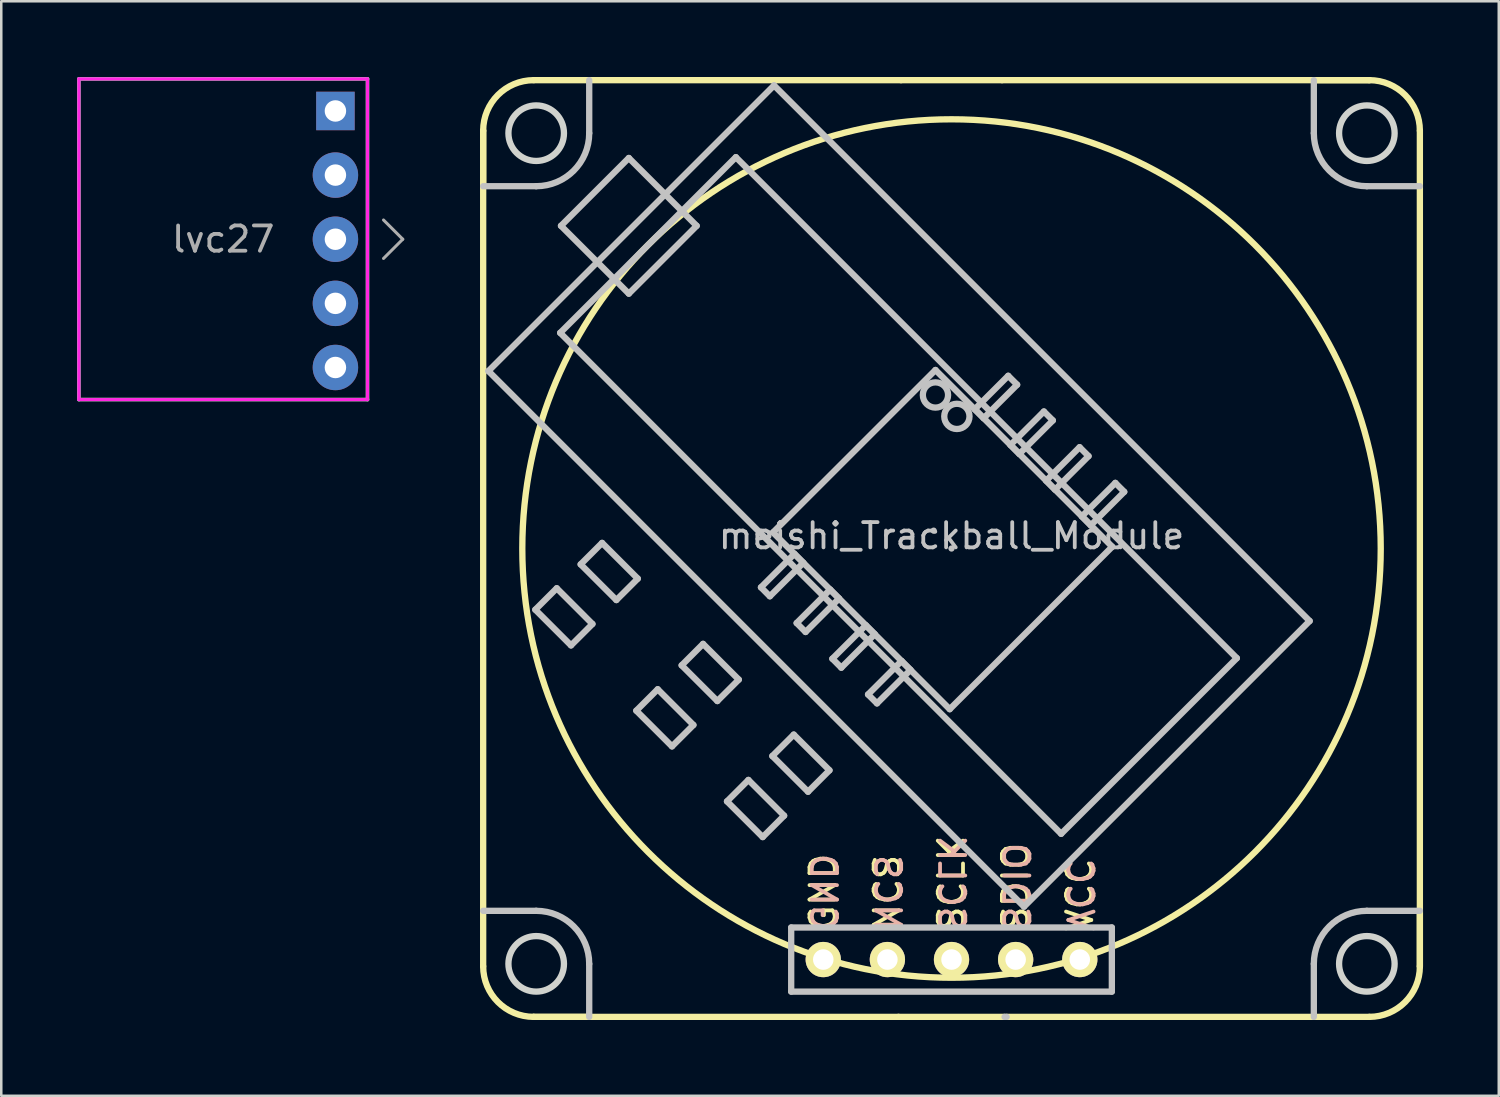
<source format=kicad_pcb>
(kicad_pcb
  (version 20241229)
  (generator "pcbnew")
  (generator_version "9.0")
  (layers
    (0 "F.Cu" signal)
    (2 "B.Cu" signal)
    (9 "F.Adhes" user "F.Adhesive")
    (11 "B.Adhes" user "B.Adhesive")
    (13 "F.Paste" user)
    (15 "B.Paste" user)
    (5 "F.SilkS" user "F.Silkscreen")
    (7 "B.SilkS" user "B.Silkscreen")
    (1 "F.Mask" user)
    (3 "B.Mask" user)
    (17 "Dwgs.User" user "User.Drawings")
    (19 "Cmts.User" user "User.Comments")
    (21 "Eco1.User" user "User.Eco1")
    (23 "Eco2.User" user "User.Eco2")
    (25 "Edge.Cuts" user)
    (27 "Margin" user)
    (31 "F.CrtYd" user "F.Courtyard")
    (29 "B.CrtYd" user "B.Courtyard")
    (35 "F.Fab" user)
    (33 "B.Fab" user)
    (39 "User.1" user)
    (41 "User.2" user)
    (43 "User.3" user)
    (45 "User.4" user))
  (footprint "meishi_Trackball_Module"
    (layer "F.Cu")
    (at 34.637 18.675)
    (property "Reference" "meishi_Trackball_Module" (at 0 -0.5 0) (unlocked yes) (layer "Dwgs.User") (effects (font (size 1 1) (thickness 0.15))))
    (attr through_hole)
    (fp_circle (center 0 0) (end 17 0) (stroke (width 0.25) (type solid)) (fill no) (layer "F.SilkS"))
    (fp_curve (pts (xy -18.55 -16.55) (xy -18.55 -17.655) (xy -17.655 -18.55) (xy -16.55 -18.55)) (stroke (width 0.25) (type solid)) (layer "F.SilkS"))
    (fp_curve (pts (xy -18.55 16.55) (xy -18.55 16.55) (xy -18.55 -16.55) (xy -18.55 -16.55)) (stroke (width 0.25) (type solid)) (layer "F.SilkS"))
    (fp_curve (pts (xy -18.55 -14.35) (xy -18.55 -14.35) (xy -18.55 -16.55) (xy -18.55 -16.55)) (stroke (width 0.25) (type solid)) (layer "F.SilkS"))
    (fp_curve (pts (xy -18.55 16.55) (xy -18.55 17.655) (xy -17.655 18.55) (xy -16.55 18.55)) (stroke (width 0.25) (type solid)) (layer "F.SilkS"))
    (fp_curve (pts (xy -16.55 -18.55) (xy -16.55 -18.55) (xy -2 -18.55) (xy -2 -18.55)) (stroke (width 0.25) (type solid)) (layer "F.SilkS"))
    (fp_curve (pts (xy -16.55 18.55) (xy -16.55 18.55) (xy -14.35 18.55) (xy -14.35 18.55)) (stroke (width 0.25) (type solid)) (layer "F.SilkS"))
    (fp_curve (pts (xy -2.1 18.55) (xy -2.1 18.55) (xy -16.55 18.55) (xy -16.55 18.55)) (stroke (width 0.25) (type solid)) (layer "F.SilkS"))
    (fp_curve (pts (xy -2 -18.55) (xy -2 -18.55) (xy 2 -18.55) (xy 2 -18.55)) (stroke (width 0.25) (type solid)) (layer "F.SilkS"))
    (fp_curve (pts (xy 2 -18.55) (xy 2 -18.55) (xy 16.55 -18.55) (xy 16.55 -18.55)) (stroke (width 0.25) (type solid)) (layer "F.SilkS"))
    (fp_curve (pts (xy 2.1 18.55) (xy 2.1 18.55) (xy -2.1 18.55) (xy -2.1 18.55)) (stroke (width 0.25) (type solid)) (layer "F.SilkS"))
    (fp_curve (pts (xy 16.55 -18.55) (xy 16.55 -18.55) (xy 14.35 -18.55) (xy 14.35 -18.55)) (stroke (width 0.25) (type solid)) (layer "F.SilkS"))
    (fp_curve (pts (xy 16.55 -18.55) (xy 17.655 -18.55) (xy 18.55 -17.655) (xy 18.55 -16.55)) (stroke (width 0.25) (type solid)) (layer "F.SilkS"))
    (fp_curve (pts (xy 16.55 18.55) (xy 16.55 18.55) (xy 2.183 18.55) (xy 2.183 18.55)) (stroke (width 0.25) (type solid)) (layer "F.SilkS"))
    (fp_curve (pts (xy 18.55 14.35) (xy 18.55 14.35) (xy 18.55 16.55) (xy 18.55 16.55)) (stroke (width 0.25) (type solid)) (layer "F.SilkS"))
    (fp_curve (pts (xy 18.55 16.55) (xy 18.55 17.655) (xy 17.655 18.55) (xy 16.55 18.55)) (stroke (width 0.25) (type solid)) (layer "F.SilkS"))
    (fp_curve (pts (xy 18.55 -16.55) (xy 18.55 -16.55) (xy 18.55 16.55) (xy 18.55 16.55)) (stroke (width 0.25) (type solid)) (layer "F.SilkS"))
    (fp_line (start -18.342 -7.029) (end 2.871 14.185) (stroke (width 0.25) (type solid)) (layer "Dwgs.User"))
    (fp_line (start -16.485 2.423) (end -15.071 3.837) (stroke (width 0.25) (type solid)) (layer "Dwgs.User"))
    (fp_line (start -15.636 1.574) (end -16.485 2.423) (stroke (width 0.25) (type solid)) (layer "Dwgs.User"))
    (fp_line (start -15.5 -8.542) (end 4.342 11.3) (stroke (width 0.25) (type solid)) (layer "Dwgs.User"))
    (fp_line (start -15.468 -12.781) (end -12.781 -10.094) (stroke (width 0.25) (type solid)) (layer "Dwgs.User"))
    (fp_line (start -15.071 3.837) (end -14.222 2.989) (stroke (width 0.25) (type solid)) (layer "Dwgs.User"))
    (fp_line (start -14.689 0.627) (end -13.275 2.041) (stroke (width 0.25) (type solid)) (layer "Dwgs.User"))
    (fp_line (start -14.222 2.989) (end -15.636 1.574) (stroke (width 0.25) (type solid)) (layer "Dwgs.User"))
    (fp_line (start -13.84 -0.222) (end -14.689 0.627) (stroke (width 0.25) (type solid)) (layer "Dwgs.User"))
    (fp_line (start -13.275 2.041) (end -12.426 1.193) (stroke (width 0.25) (type solid)) (layer "Dwgs.User"))
    (fp_line (start -12.781 -15.468) (end -15.468 -12.781) (stroke (width 0.25) (type solid)) (layer "Dwgs.User"))
    (fp_line (start -12.781 -10.094) (end -10.094 -12.781) (stroke (width 0.25) (type solid)) (layer "Dwgs.User"))
    (fp_line (start -12.485 6.423) (end -11.071 7.837) (stroke (width 0.25) (type solid)) (layer "Dwgs.User"))
    (fp_line (start -12.426 1.193) (end -13.84 -0.222) (stroke (width 0.25) (type solid)) (layer "Dwgs.User"))
    (fp_line (start -11.637 5.574) (end -12.485 6.423) (stroke (width 0.25) (type solid)) (layer "Dwgs.User"))
    (fp_line (start -11.071 7.837) (end -10.223 6.989) (stroke (width 0.25) (type solid)) (layer "Dwgs.User"))
    (fp_line (start -10.689 4.627) (end -9.275 6.041) (stroke (width 0.25) (type solid)) (layer "Dwgs.User"))
    (fp_line (start -10.223 6.989) (end -11.637 5.574) (stroke (width 0.25) (type solid)) (layer "Dwgs.User"))
    (fp_line (start -10.094 -12.781) (end -12.781 -15.468) (stroke (width 0.25) (type solid)) (layer "Dwgs.User"))
    (fp_line (start -9.841 3.778) (end -10.689 4.627) (stroke (width 0.25) (type solid)) (layer "Dwgs.User"))
    (fp_line (start -9.275 6.041) (end -8.426 5.192) (stroke (width 0.25) (type solid)) (layer "Dwgs.User"))
    (fp_line (start -8.893 10.015) (end -7.479 11.429) (stroke (width 0.25) (type solid)) (layer "Dwgs.User"))
    (fp_line (start -8.542 -15.5) (end -15.5 -8.542) (stroke (width 0.25) (type solid)) (layer "Dwgs.User"))
    (fp_line (start -8.426 5.192) (end -9.841 3.778) (stroke (width 0.25) (type solid)) (layer "Dwgs.User"))
    (fp_line (start -8.045 9.166) (end -8.893 10.015) (stroke (width 0.25) (type solid)) (layer "Dwgs.User"))
    (fp_line (start -7.548 1.538) (end -7.195 1.892) (stroke (width 0.25) (type solid)) (layer "Dwgs.User"))
    (fp_line (start -7.479 11.429) (end -6.63 10.581) (stroke (width 0.25) (type solid)) (layer "Dwgs.User"))
    (fp_line (start -7.195 1.892) (end -5.869 0.566) (stroke (width 0.25) (type solid)) (layer "Dwgs.User"))
    (fp_line (start -7.097 8.219) (end -5.683 9.633) (stroke (width 0.25) (type solid)) (layer "Dwgs.User"))
    (fp_line (start -7.071 -0.636) (end -0.071 6.364) (stroke (width 0.25) (type solid)) (layer "Dwgs.User"))
    (fp_line (start -7.029 -18.342) (end -18.342 -7.029) (stroke (width 0.25) (type solid)) (layer "Dwgs.User"))
    (fp_line (start -6.63 10.581) (end -8.045 9.166) (stroke (width 0.25) (type solid)) (layer "Dwgs.User"))
    (fp_line (start -6.35 15.01) (end -6.35 17.55) (stroke (width 0.25) (type solid)) (layer "Dwgs.User"))
    (fp_line (start -6.35 17.55) (end 6.35 17.55) (stroke (width 0.25) (type solid)) (layer "Dwgs.User"))
    (fp_line (start -6.248 7.37) (end -7.097 8.219) (stroke (width 0.25) (type solid)) (layer "Dwgs.User"))
    (fp_line (start -6.223 0.212) (end -7.548 1.538) (stroke (width 0.25) (type solid)) (layer "Dwgs.User"))
    (fp_line (start -6.134 2.952) (end -5.781 3.306) (stroke (width 0.25) (type solid)) (layer "Dwgs.User"))
    (fp_line (start -5.869 0.566) (end -6.223 0.212) (stroke (width 0.25) (type solid)) (layer "Dwgs.User"))
    (fp_line (start -5.781 3.306) (end -4.455 1.98) (stroke (width 0.25) (type solid)) (layer "Dwgs.User"))
    (fp_line (start -5.683 9.633) (end -4.834 8.784) (stroke (width 0.25) (type solid)) (layer "Dwgs.User"))
    (fp_line (start -4.834 8.784) (end -6.248 7.37) (stroke (width 0.25) (type solid)) (layer "Dwgs.User"))
    (fp_line (start -4.808 1.626) (end -6.134 2.952) (stroke (width 0.25) (type solid)) (layer "Dwgs.User"))
    (fp_line (start -4.72 4.366) (end -4.366 4.72) (stroke (width 0.25) (type solid)) (layer "Dwgs.User"))
    (fp_line (start -4.455 1.98) (end -4.808 1.626) (stroke (width 0.25) (type solid)) (layer "Dwgs.User"))
    (fp_line (start -4.366 4.72) (end -3.041 3.394) (stroke (width 0.25) (type solid)) (layer "Dwgs.User"))
    (fp_line (start -3.394 3.041) (end -4.72 4.366) (stroke (width 0.25) (type solid)) (layer "Dwgs.User"))
    (fp_line (start -3.306 5.781) (end -2.952 6.134) (stroke (width 0.25) (type solid)) (layer "Dwgs.User"))
    (fp_line (start -3.041 3.394) (end -3.394 3.041) (stroke (width 0.25) (type solid)) (layer "Dwgs.User"))
    (fp_line (start -2.952 6.134) (end -1.626 4.808) (stroke (width 0.25) (type solid)) (layer "Dwgs.User"))
    (fp_line (start -1.98 4.455) (end -3.306 5.781) (stroke (width 0.25) (type solid)) (layer "Dwgs.User"))
    (fp_line (start -1.626 4.808) (end -1.98 4.455) (stroke (width 0.25) (type solid)) (layer "Dwgs.User"))
    (fp_line (start -0.707 -0.707) (end -0.707 -0.707) (stroke (width 0.25) (type solid)) (layer "Dwgs.User"))
    (fp_line (start -0.636 -7.071) (end -7.071 -0.636) (stroke (width 0.25) (type solid)) (layer "Dwgs.User"))
    (fp_line (start -0.071 6.364) (end 6.364 -0.071) (stroke (width 0.25) (type solid)) (layer "Dwgs.User"))
    (fp_line (start 0 0) (end 0 0) (stroke (width 0.25) (type solid)) (layer "Dwgs.User"))
    (fp_line (start 0.919 -5.515) (end 1.273 -5.162) (stroke (width 0.25) (type solid)) (layer "Dwgs.User"))
    (fp_line (start 1.273 -5.162) (end 2.599 -6.488) (stroke (width 0.25) (type solid)) (layer "Dwgs.User"))
    (fp_line (start 2.245 -6.841) (end 0.919 -5.515) (stroke (width 0.25) (type solid)) (layer "Dwgs.User"))
    (fp_line (start 2.333 -4.101) (end 2.687 -3.748) (stroke (width 0.25) (type solid)) (layer "Dwgs.User"))
    (fp_line (start 2.599 -6.488) (end 2.245 -6.841) (stroke (width 0.25) (type solid)) (layer "Dwgs.User"))
    (fp_line (start 2.687 -3.748) (end 4.013 -5.073) (stroke (width 0.25) (type solid)) (layer "Dwgs.User"))
    (fp_line (start 2.871 14.185) (end 14.185 2.871) (stroke (width 0.25) (type solid)) (layer "Dwgs.User"))
    (fp_line (start 3.659 -5.427) (end 2.333 -4.101) (stroke (width 0.25) (type solid)) (layer "Dwgs.User"))
    (fp_line (start 3.748 -2.687) (end 4.101 -2.333) (stroke (width 0.25) (type solid)) (layer "Dwgs.User"))
    (fp_line (start 4.013 -5.073) (end 3.659 -5.427) (stroke (width 0.25) (type solid)) (layer "Dwgs.User"))
    (fp_line (start 4.101 -2.333) (end 5.427 -3.659) (stroke (width 0.25) (type solid)) (layer "Dwgs.User"))
    (fp_line (start 4.342 11.3) (end 11.3 4.342) (stroke (width 0.25) (type solid)) (layer "Dwgs.User"))
    (fp_line (start 5.073 -4.013) (end 3.748 -2.687) (stroke (width 0.25) (type solid)) (layer "Dwgs.User"))
    (fp_line (start 5.162 -1.273) (end 5.515 -0.919) (stroke (width 0.25) (type solid)) (layer "Dwgs.User"))
    (fp_line (start 5.427 -3.659) (end 5.073 -4.013) (stroke (width 0.25) (type solid)) (layer "Dwgs.User"))
    (fp_line (start 5.515 -0.919) (end 6.841 -2.245) (stroke (width 0.25) (type solid)) (layer "Dwgs.User"))
    (fp_line (start 6.35 15.01) (end -6.35 15.01) (stroke (width 0.25) (type solid)) (layer "Dwgs.User"))
    (fp_line (start 6.35 17.55) (end 6.35 15.01) (stroke (width 0.25) (type solid)) (layer "Dwgs.User"))
    (fp_line (start 6.364 -0.071) (end -0.636 -7.071) (stroke (width 0.25) (type solid)) (layer "Dwgs.User"))
    (fp_line (start 6.488 -2.599) (end 5.162 -1.273) (stroke (width 0.25) (type solid)) (layer "Dwgs.User"))
    (fp_line (start 6.841 -2.245) (end 6.488 -2.599) (stroke (width 0.25) (type solid)) (layer "Dwgs.User"))
    (fp_line (start 11.3 4.342) (end -8.542 -15.5) (stroke (width 0.25) (type solid)) (layer "Dwgs.User"))
    (fp_line (start 14.185 2.871) (end -7.029 -18.342) (stroke (width 0.25) (type solid)) (layer "Dwgs.User"))
    (fp_circle (center -0.636 -6.081) (end -1.136 -6.081) (stroke (width 0.25) (type solid)) (fill no) (layer "Dwgs.User"))
    (fp_circle (center 0.212 -5.233) (end -0.288 -5.233) (stroke (width 0.25) (type solid)) (fill no) (layer "Dwgs.User"))
    (fp_curve (pts (xy -16.45 -14.35) (xy -16.45 -14.35) (xy -18.55 -14.35) (xy -18.55 -14.35)) (stroke (width 0.25) (type solid)) (layer "Dwgs.User"))
    (fp_curve (pts (xy -16.45 14.35) (xy -16.45 14.35) (xy -18.55 14.35) (xy -18.55 14.35)) (stroke (width 0.25) (type solid)) (layer "Dwgs.User"))
    (fp_curve (pts (xy -14.35 -18.55) (xy -14.35 -18.55) (xy -14.35 -16.45) (xy -14.35 -16.45)) (stroke (width 0.25) (type solid)) (layer "Dwgs.User"))
    (fp_curve (pts (xy -14.35 -16.45) (xy -14.35 -15.29) (xy -15.29 -14.35) (xy -16.45 -14.35)) (stroke (width 0.25) (type solid)) (layer "Dwgs.User"))
    (fp_curve (pts (xy -14.35 16.45) (xy -14.35 15.29) (xy -15.29 14.35) (xy -16.45 14.35)) (stroke (width 0.25) (type solid)) (layer "Dwgs.User"))
    (fp_curve (pts (xy -14.35 18.55) (xy -14.35 18.55) (xy -14.35 16.45) (xy -14.35 16.45)) (stroke (width 0.25) (type solid)) (layer "Dwgs.User"))
    (fp_curve (pts (xy 2.183 18.55) (xy 2.183 18.55) (xy 2.1 18.55) (xy 2.1 18.55)) (stroke (width 0.25) (type solid)) (layer "Dwgs.User"))
    (fp_curve (pts (xy 14.35 -18.55) (xy 14.35 -18.55) (xy 14.35 -16.45) (xy 14.35 -16.45)) (stroke (width 0.25) (type solid)) (layer "Dwgs.User"))
    (fp_curve (pts (xy 14.35 -16.45) (xy 14.35 -15.29) (xy 15.29 -14.35) (xy 16.45 -14.35)) (stroke (width 0.25) (type solid)) (layer "Dwgs.User"))
    (fp_curve (pts (xy 14.35 16.45) (xy 14.35 15.29) (xy 15.29 14.35) (xy 16.45 14.35)) (stroke (width 0.25) (type solid)) (layer "Dwgs.User"))
    (fp_curve (pts (xy 14.35 18.55) (xy 14.35 18.55) (xy 14.35 16.45) (xy 14.35 16.45)) (stroke (width 0.25) (type solid)) (layer "Dwgs.User"))
    (fp_curve (pts (xy 16.45 -14.35) (xy 16.45 -14.35) (xy 18.55 -14.35) (xy 18.55 -14.35)) (stroke (width 0.25) (type solid)) (layer "Dwgs.User"))
    (fp_curve (pts (xy 16.45 14.35) (xy 16.45 14.35) (xy 18.55 14.35) (xy 18.55 14.35)) (stroke (width 0.25) (type solid)) (layer "Dwgs.User"))
    (fp_circle (center -16.45 -16.45) (end -15.35 -16.45) (stroke (width 0.25) (type solid)) (fill no) (layer "Edge.Cuts"))
    (fp_circle (center -16.45 16.45) (end -15.35 16.45) (stroke (width 0.25) (type solid)) (fill no) (layer "Edge.Cuts"))
    (fp_circle (center 16.45 -16.45) (end 17.55 -16.45) (stroke (width 0.25) (type solid)) (fill no) (layer "Edge.Cuts"))
    (fp_circle (center 16.45 16.45) (end 17.55 16.45) (stroke (width 0.25) (type solid)) (fill no) (layer "Edge.Cuts"))
    (fp_text user "NCS" (at -2.54 15.24 90) (unlocked yes) (layer "F.SilkS") (effects (font (size 1 1) (thickness 0.15)) (justify left)))
    (fp_text user "SCLK" (at 0 15.24 90) (unlocked yes) (layer "F.SilkS") (effects (font (size 1 1) (thickness 0.15)) (justify left)))
    (fp_text user "SDIO" (at 2.54 15.24 90) (unlocked yes) (layer "F.SilkS") (effects (font (size 1 1) (thickness 0.15)) (justify left)))
    (fp_text user "GND" (at -5.08 15.24 90) (unlocked yes) (layer "F.SilkS") (effects (font (size 1 1) (thickness 0.15)) (justify left)))
    (fp_text user "VCC" (at 5.08 15.24 90) (unlocked yes) (layer "F.SilkS") (effects (font (size 1 1) (thickness 0.15)) (justify left)))
    (fp_text user "SDIO" (at 2.54 15.24 270) (unlocked yes) (layer "B.SilkS") (effects (font (size 1 1) (thickness 0.15)) (justify left mirror)))
    (fp_text user "VCC" (at 5.08 15.24 270) (unlocked yes) (layer "B.SilkS") (effects (font (size 1 1) (thickness 0.15)) (justify left mirror)))
    (fp_text user "SCLK" (at 0 15.24 270) (unlocked yes) (layer "B.SilkS") (effects (font (size 1 1) (thickness 0.15)) (justify left mirror)))
    (fp_text user "NCS" (at -2.54 15.24 270) (unlocked yes) (layer "B.SilkS") (effects (font (size 1 1) (thickness 0.15)) (justify left mirror)))
    (fp_text user "GND" (at -5.08 15.24 270) (unlocked yes) (layer "B.SilkS") (effects (font (size 1 1) (thickness 0.15)) (justify left mirror)))
    (pad "1" thru_hole circle (at 5.08 16.28) (size 1.397 1.397) (drill 0.813) (layers "*.Cu" "B.Mask" "F.SilkS"))
    (pad "2" thru_hole circle (at 2.54 16.28) (size 1.397 1.397) (drill 0.813) (layers "*.Cu" "B.Mask" "F.SilkS"))
    (pad "3" thru_hole circle (at 0 16.28) (size 1.397 1.397) (drill 0.813) (layers "*.Cu" "B.Mask" "F.SilkS"))
    (pad "4" thru_hole circle (at -2.54 16.28) (size 1.397 1.397) (drill 0.813) (layers "*.Cu" "B.Mask" "F.SilkS"))
    (pad "5" thru_hole circle (at -5.08 16.28) (size 1.397 1.397) (drill 0.813) (layers "*.Cu" "B.Mask" "F.SilkS")))
  (footprint "lvc27"
    (layer "F.Cu")
    (at 10.235 6.425)
    (property "Reference" "lvc27" (at -4.445 0 0) (layer "F.Fab") (effects (font (size 1 1) (thickness 0.15))))
    (attr through_hole)
    (fp_line (start -10.16 -6.35) (end -10.16 6.35) (stroke (width 0.12) (type solid)) (layer "F.CrtYd"))
    (fp_line (start -10.16 6.35) (end 1.27 6.35) (stroke (width 0.12) (type solid)) (layer "F.CrtYd"))
    (fp_line (start 1.27 -6.35) (end -10.16 -6.35) (stroke (width 0.12) (type solid)) (layer "F.CrtYd"))
    (fp_line (start 1.27 6.35) (end 1.27 -6.35) (stroke (width 0.12) (type solid)) (layer "F.CrtYd"))
    (fp_line (start -10.16 -6.35) (end -10.16 6.35) (stroke (width 0.15) (type solid)) (layer "F.Fab"))
    (fp_line (start -10.16 6.35) (end 1.27 6.35) (stroke (width 0.15) (type solid)) (layer "F.Fab"))
    (fp_line (start 1.27 -6.35) (end -10.16 -6.35) (stroke (width 0.15) (type solid)) (layer "F.Fab"))
    (fp_line (start 1.27 6.35) (end 1.27 -6.35) (stroke (width 0.15) (type solid)) (layer "F.Fab"))
    (fp_line (start 1.905 -0.762) (end 2.667 0) (stroke (width 0.12) (type solid)) (layer "F.Fab"))
    (fp_line (start 2.667 0) (end 1.905 0.762) (stroke (width 0.12) (type solid)) (layer "F.Fab"))
    (pad "1" thru_hole rect (at 0 -5.08) (size 1.524 1.524) (drill 0.85) (layers "*.Cu" "*.Mask"))
    (pad "2" thru_hole circle (at 0 -2.54) (size 1.8 1.8) (drill 0.85) (layers "*.Cu" "*.Mask"))
    (pad "3" thru_hole circle (at 0 0) (size 1.8 1.8) (drill 0.85) (layers "*.Cu" "*.Mask"))
    (pad "4" thru_hole circle (at 0 2.54) (size 1.8 1.8) (drill 0.85) (layers "*.Cu" "*.Mask"))
    (pad "5" thru_hole circle (at 0 5.08) (size 1.8 1.8) (drill 0.85) (layers "*.Cu" "*.Mask")))
  (gr_rect
    (start -3 -3)
    (end 56.312 40.35)
    (stroke (width 0.1) (type default))
    (fill no)
    (layer "Edge.Cuts")))
</source>
